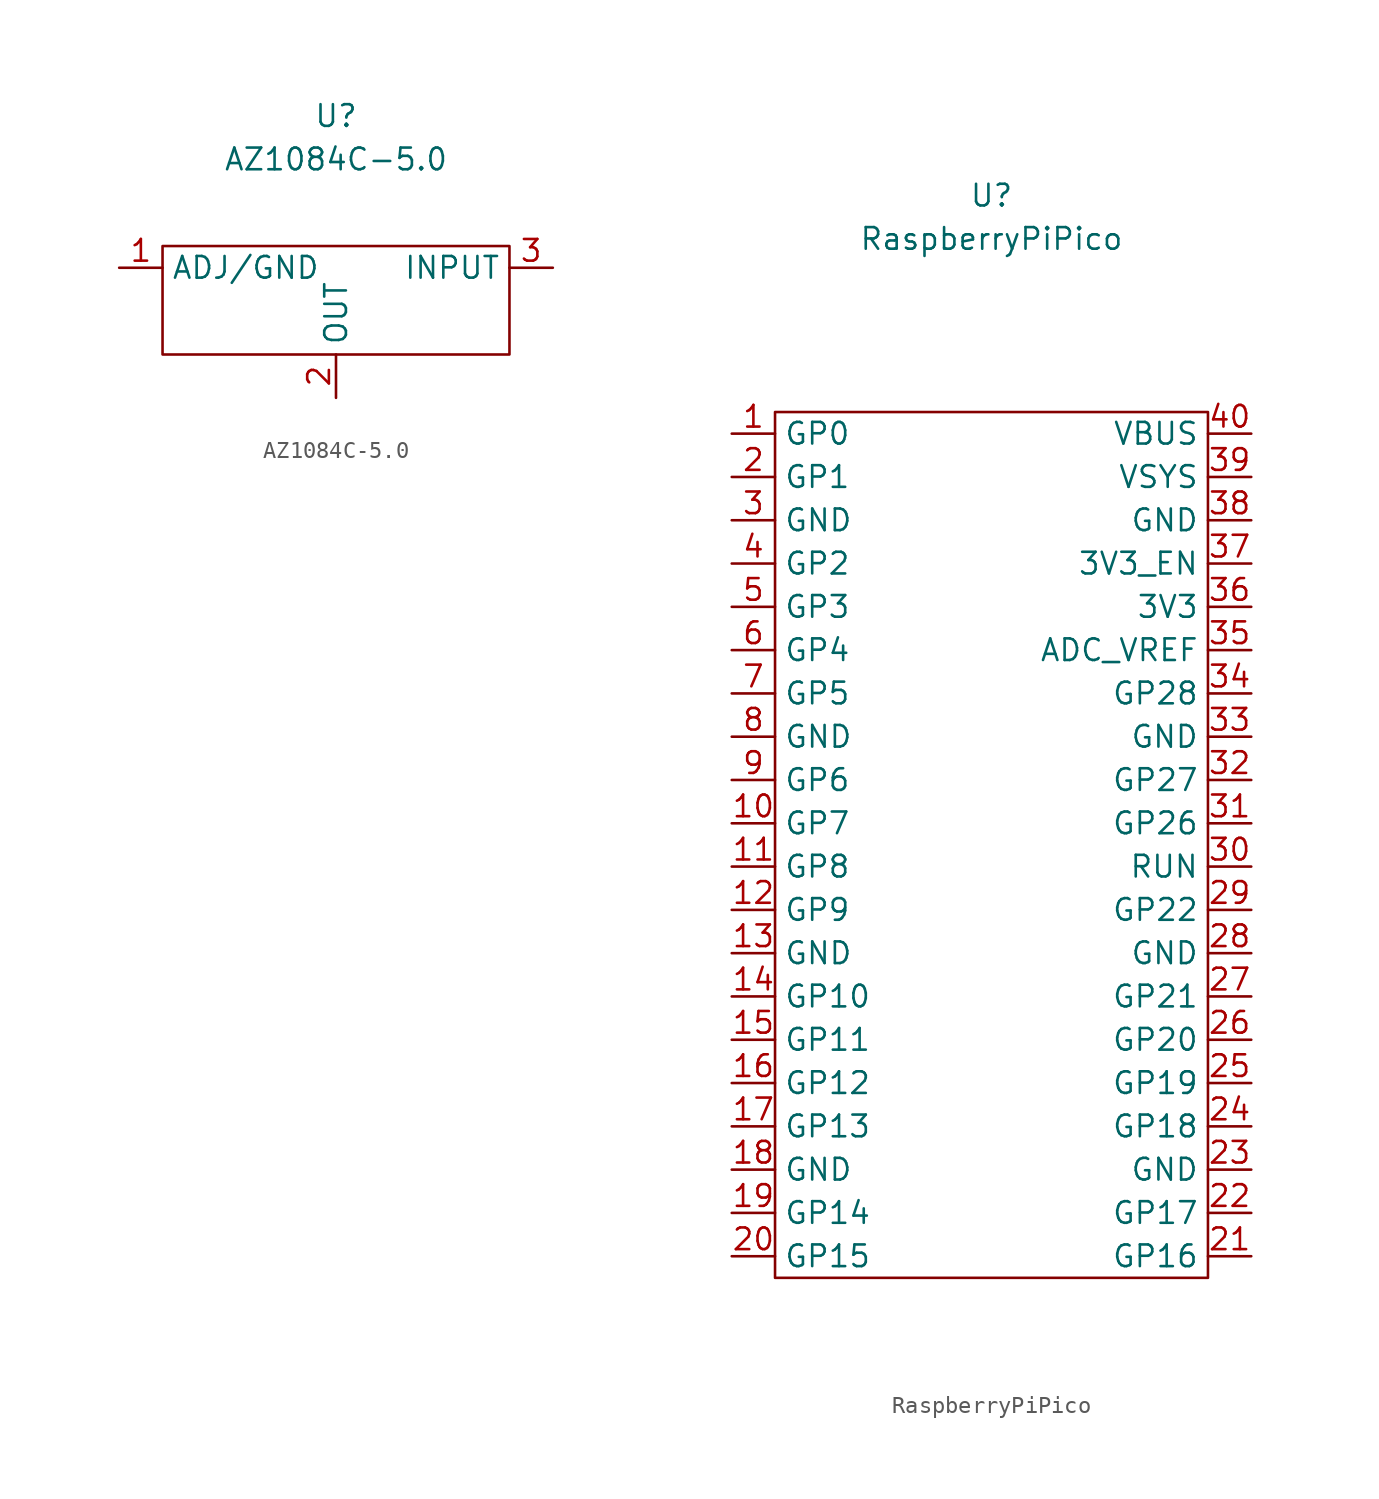
<source format=kicad_sym>
(kicad_symbol_lib
  (version 20211014)
  (generator kicad_symbol_editor)
  (symbol "AZ1084C-5.0"
    (property "Reference" "U"
      (at 0 13.97 0)
      (effects (font (size 1.27 1.27))))
    (property "Value" "AZ1084C-5.0"
      (at 0 11.43 0)
      (effects (font (size 1.27 1.27))))
    (symbol "AZ1084C-5.0_0_1"
      (rectangle (start -10.16 6.35) (end 10.16 0) (stroke (width 0.152) (type default) (color 0 0 0 0)) (fill (type none))))
    (symbol "AZ1084C-5.0_1_1"
      (pin passive line (at -12.7 5.08 0) (length 2.54) (name "ADJ/GND" (effects (font (size 1.27 1.27)))) (number "1" (effects (font (size 1.27 1.27)))))
      (pin passive line (at 0 -2.54 90) (length 2.54) (name "OUT" (effects (font (size 1.27 1.27)))) (number "2" (effects (font (size 1.27 1.27)))))
      (pin passive line (at 12.7 5.08 180) (length 2.54) (name "INPUT" (effects (font (size 1.27 1.27)))) (number "3" (effects (font (size 1.27 1.27)))))))
  (symbol "RaspberryPiPico"
    (property "Reference" "U"
      (at 0 38.1 0)
      (effects (font (size 1.27 1.27))))
    (property "Value" "RaspberryPiPico"
      (at 0 35.56 0)
      (effects (font (size 1.27 1.27))))
    (symbol "RaspberryPiPico_0_1"
      (rectangle (start -12.7 25.4) (end 12.7 -25.4) (stroke (width 0.152) (type default) (color 0 0 0 0)) (fill (type none))))
    (symbol "RaspberryPiPico_1_1"
      (pin passive line (at -15.24 24.13 0) (length 2.54) (name "GP0" (effects (font (size 1.27 1.27)))) (number "1" (effects (font (size 1.27 1.27)))))
      (pin passive line (at -15.24 1.27 0) (length 2.54) (name "GP7" (effects (font (size 1.27 1.27)))) (number "10" (effects (font (size 1.27 1.27)))))
      (pin passive line (at -15.24 -1.27 0) (length 2.54) (name "GP8" (effects (font (size 1.27 1.27)))) (number "11" (effects (font (size 1.27 1.27)))))
      (pin passive line (at -15.24 -3.81 0) (length 2.54) (name "GP9" (effects (font (size 1.27 1.27)))) (number "12" (effects (font (size 1.27 1.27)))))
      (pin passive line (at -15.24 -6.35 0) (length 2.54) (name "GND" (effects (font (size 1.27 1.27)))) (number "13" (effects (font (size 1.27 1.27)))))
      (pin passive line (at -15.24 -8.89 0) (length 2.54) (name "GP10" (effects (font (size 1.27 1.27)))) (number "14" (effects (font (size 1.27 1.27)))))
      (pin passive line (at -15.24 -11.43 0) (length 2.54) (name "GP11" (effects (font (size 1.27 1.27)))) (number "15" (effects (font (size 1.27 1.27)))))
      (pin passive line (at -15.24 -13.97 0) (length 2.54) (name "GP12" (effects (font (size 1.27 1.27)))) (number "16" (effects (font (size 1.27 1.27)))))
      (pin passive line (at -15.24 -16.51 0) (length 2.54) (name "GP13" (effects (font (size 1.27 1.27)))) (number "17" (effects (font (size 1.27 1.27)))))
      (pin passive line (at -15.24 -19.05 0) (length 2.54) (name "GND" (effects (font (size 1.27 1.27)))) (number "18" (effects (font (size 1.27 1.27)))))
      (pin passive line (at -15.24 -21.59 0) (length 2.54) (name "GP14" (effects (font (size 1.27 1.27)))) (number "19" (effects (font (size 1.27 1.27)))))
      (pin passive line (at -15.24 21.59 0) (length 2.54) (name "GP1" (effects (font (size 1.27 1.27)))) (number "2" (effects (font (size 1.27 1.27)))))
      (pin passive line (at -15.24 -24.13 0) (length 2.54) (name "GP15" (effects (font (size 1.27 1.27)))) (number "20" (effects (font (size 1.27 1.27)))))
      (pin passive line (at 15.24 -24.13 180) (length 2.54) (name "GP16" (effects (font (size 1.27 1.27)))) (number "21" (effects (font (size 1.27 1.27)))))
      (pin passive line (at 15.24 -21.59 180) (length 2.54) (name "GP17" (effects (font (size 1.27 1.27)))) (number "22" (effects (font (size 1.27 1.27)))))
      (pin passive line (at 15.24 -19.05 180) (length 2.54) (name "GND" (effects (font (size 1.27 1.27)))) (number "23" (effects (font (size 1.27 1.27)))))
      (pin passive line (at 15.24 -16.51 180) (length 2.54) (name "GP18" (effects (font (size 1.27 1.27)))) (number "24" (effects (font (size 1.27 1.27)))))
      (pin passive line (at 15.24 -13.97 180) (length 2.54) (name "GP19" (effects (font (size 1.27 1.27)))) (number "25" (effects (font (size 1.27 1.27)))))
      (pin passive line (at 15.24 -11.43 180) (length 2.54) (name "GP20" (effects (font (size 1.27 1.27)))) (number "26" (effects (font (size 1.27 1.27)))))
      (pin passive line (at 15.24 -8.89 180) (length 2.54) (name "GP21" (effects (font (size 1.27 1.27)))) (number "27" (effects (font (size 1.27 1.27)))))
      (pin passive line (at 15.24 -6.35 180) (length 2.54) (name "GND" (effects (font (size 1.27 1.27)))) (number "28" (effects (font (size 1.27 1.27)))))
      (pin passive line (at 15.24 -3.81 180) (length 2.54) (name "GP22" (effects (font (size 1.27 1.27)))) (number "29" (effects (font (size 1.27 1.27)))))
      (pin passive line (at -15.24 19.05 0) (length 2.54) (name "GND" (effects (font (size 1.27 1.27)))) (number "3" (effects (font (size 1.27 1.27)))))
      (pin passive line (at 15.24 -1.27 180) (length 2.54) (name "RUN" (effects (font (size 1.27 1.27)))) (number "30" (effects (font (size 1.27 1.27)))))
      (pin passive line (at 15.24 1.27 180) (length 2.54) (name "GP26" (effects (font (size 1.27 1.27)))) (number "31" (effects (font (size 1.27 1.27)))))
      (pin passive line (at 15.24 3.81 180) (length 2.54) (name "GP27" (effects (font (size 1.27 1.27)))) (number "32" (effects (font (size 1.27 1.27)))))
      (pin passive line (at 15.24 6.35 180) (length 2.54) (name "GND" (effects (font (size 1.27 1.27)))) (number "33" (effects (font (size 1.27 1.27)))))
      (pin passive line (at 15.24 8.89 180) (length 2.54) (name "GP28" (effects (font (size 1.27 1.27)))) (number "34" (effects (font (size 1.27 1.27)))))
      (pin passive line (at 15.24 11.43 180) (length 2.54) (name "ADC_VREF" (effects (font (size 1.27 1.27)))) (number "35" (effects (font (size 1.27 1.27)))))
      (pin passive line (at 15.24 13.97 180) (length 2.54) (name "3V3" (effects (font (size 1.27 1.27)))) (number "36" (effects (font (size 1.27 1.27)))))
      (pin passive line (at 15.24 16.51 180) (length 2.54) (name "3V3_EN" (effects (font (size 1.27 1.27)))) (number "37" (effects (font (size 1.27 1.27)))))
      (pin passive line (at 15.24 19.05 180) (length 2.54) (name "GND" (effects (font (size 1.27 1.27)))) (number "38" (effects (font (size 1.27 1.27)))))
      (pin passive line (at 15.24 21.59 180) (length 2.54) (name "VSYS" (effects (font (size 1.27 1.27)))) (number "39" (effects (font (size 1.27 1.27)))))
      (pin passive line (at -15.24 16.51 0) (length 2.54) (name "GP2" (effects (font (size 1.27 1.27)))) (number "4" (effects (font (size 1.27 1.27)))))
      (pin passive line (at 15.24 24.13 180) (length 2.54) (name "VBUS" (effects (font (size 1.27 1.27)))) (number "40" (effects (font (size 1.27 1.27)))))
      (pin passive line (at -15.24 13.97 0) (length 2.54) (name "GP3" (effects (font (size 1.27 1.27)))) (number "5" (effects (font (size 1.27 1.27)))))
      (pin passive line (at -15.24 11.43 0) (length 2.54) (name "GP4" (effects (font (size 1.27 1.27)))) (number "6" (effects (font (size 1.27 1.27)))))
      (pin passive line (at -15.24 8.89 0) (length 2.54) (name "GP5" (effects (font (size 1.27 1.27)))) (number "7" (effects (font (size 1.27 1.27)))))
      (pin passive line (at -15.24 6.35 0) (length 2.54) (name "GND" (effects (font (size 1.27 1.27)))) (number "8" (effects (font (size 1.27 1.27)))))
      (pin passive line (at -15.24 3.81 0) (length 2.54) (name "GP6" (effects (font (size 1.27 1.27)))) (number "9" (effects (font (size 1.27 1.27))))))))
</source>
